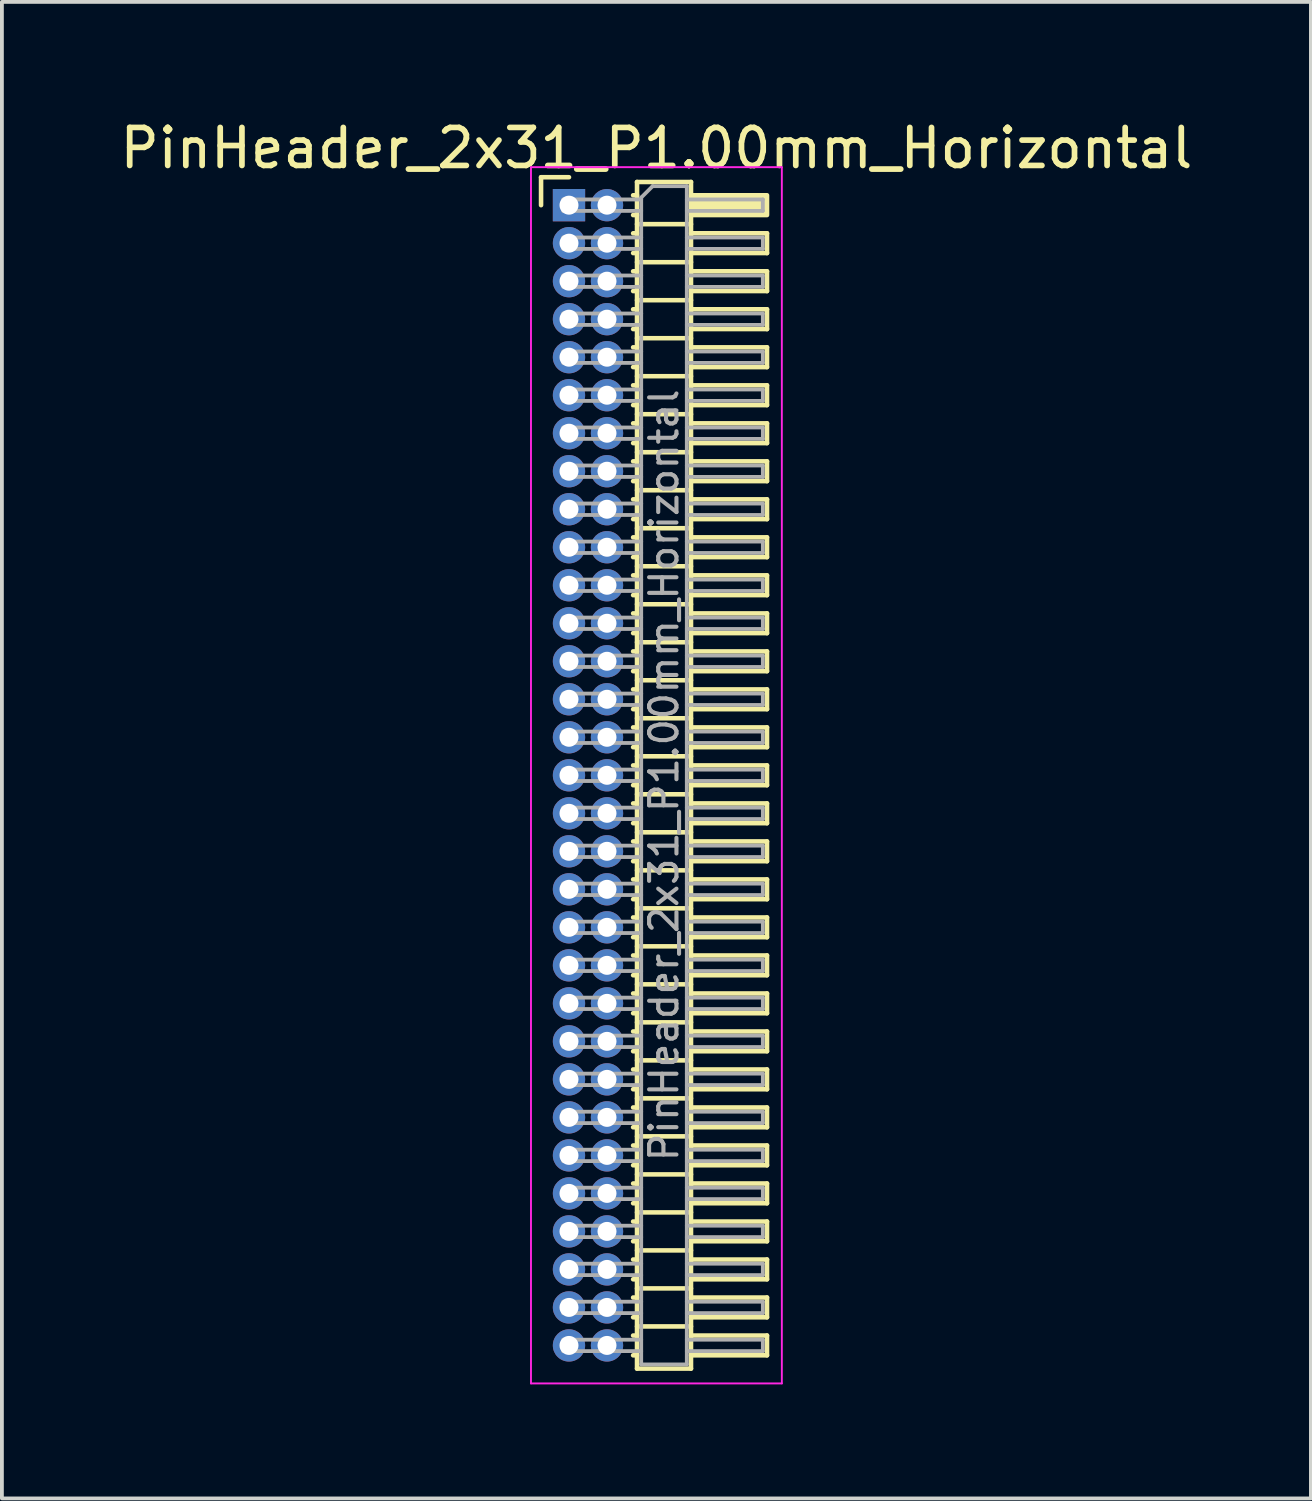
<source format=kicad_pcb>
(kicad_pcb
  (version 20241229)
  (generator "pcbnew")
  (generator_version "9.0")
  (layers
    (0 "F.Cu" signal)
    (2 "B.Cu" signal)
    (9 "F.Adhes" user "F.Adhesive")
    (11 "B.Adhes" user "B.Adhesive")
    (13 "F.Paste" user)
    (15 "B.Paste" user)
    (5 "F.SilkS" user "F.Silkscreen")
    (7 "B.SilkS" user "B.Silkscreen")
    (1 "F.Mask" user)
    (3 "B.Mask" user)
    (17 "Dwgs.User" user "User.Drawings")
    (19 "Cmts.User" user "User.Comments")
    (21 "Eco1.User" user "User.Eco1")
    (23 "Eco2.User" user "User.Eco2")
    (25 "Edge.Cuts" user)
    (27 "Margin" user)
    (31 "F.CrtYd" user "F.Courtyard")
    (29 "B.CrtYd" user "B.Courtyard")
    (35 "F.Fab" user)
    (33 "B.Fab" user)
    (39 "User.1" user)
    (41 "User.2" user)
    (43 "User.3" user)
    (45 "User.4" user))
  (footprint "PinHeader_2x31_P1.00mm_Horizontal"
    (layer "F.Cu")
    (at 11.92 2.348)
    (property "Reference" "PinHeader_2x31_P1.00mm_Horizontal" (at 2.3 -1.5 0) (layer "F.SilkS") (effects (font (size 1 1) (thickness 0.15))))
    (attr through_hole)
    (fp_line (start -0.735 -0.735) (end 0 -0.735) (stroke (width 0.12) (type solid)) (layer "F.SilkS"))
    (fp_line (start -0.735 0) (end -0.735 -0.735) (stroke (width 0.12) (type solid)) (layer "F.SilkS"))
    (fp_line (start 1.687 -0.26) (end 1.79 -0.26) (stroke (width 0.12) (type solid)) (layer "F.SilkS"))
    (fp_line (start 1.687 0.26) (end 1.79 0.26) (stroke (width 0.12) (type solid)) (layer "F.SilkS"))
    (fp_line (start 1.687 0.74) (end 1.79 0.74) (stroke (width 0.12) (type solid)) (layer "F.SilkS"))
    (fp_line (start 1.687 1.26) (end 1.79 1.26) (stroke (width 0.12) (type solid)) (layer "F.SilkS"))
    (fp_line (start 1.687 1.74) (end 1.79 1.74) (stroke (width 0.12) (type solid)) (layer "F.SilkS"))
    (fp_line (start 1.687 2.26) (end 1.79 2.26) (stroke (width 0.12) (type solid)) (layer "F.SilkS"))
    (fp_line (start 1.687 2.74) (end 1.79 2.74) (stroke (width 0.12) (type solid)) (layer "F.SilkS"))
    (fp_line (start 1.687 3.26) (end 1.79 3.26) (stroke (width 0.12) (type solid)) (layer "F.SilkS"))
    (fp_line (start 1.687 3.74) (end 1.79 3.74) (stroke (width 0.12) (type solid)) (layer "F.SilkS"))
    (fp_line (start 1.687 4.26) (end 1.79 4.26) (stroke (width 0.12) (type solid)) (layer "F.SilkS"))
    (fp_line (start 1.687 4.74) (end 1.79 4.74) (stroke (width 0.12) (type solid)) (layer "F.SilkS"))
    (fp_line (start 1.687 5.26) (end 1.79 5.26) (stroke (width 0.12) (type solid)) (layer "F.SilkS"))
    (fp_line (start 1.687 5.74) (end 1.79 5.74) (stroke (width 0.12) (type solid)) (layer "F.SilkS"))
    (fp_line (start 1.687 6.26) (end 1.79 6.26) (stroke (width 0.12) (type solid)) (layer "F.SilkS"))
    (fp_line (start 1.687 6.74) (end 1.79 6.74) (stroke (width 0.12) (type solid)) (layer "F.SilkS"))
    (fp_line (start 1.687 7.26) (end 1.79 7.26) (stroke (width 0.12) (type solid)) (layer "F.SilkS"))
    (fp_line (start 1.687 7.74) (end 1.79 7.74) (stroke (width 0.12) (type solid)) (layer "F.SilkS"))
    (fp_line (start 1.687 8.26) (end 1.79 8.26) (stroke (width 0.12) (type solid)) (layer "F.SilkS"))
    (fp_line (start 1.687 8.74) (end 1.79 8.74) (stroke (width 0.12) (type solid)) (layer "F.SilkS"))
    (fp_line (start 1.687 9.26) (end 1.79 9.26) (stroke (width 0.12) (type solid)) (layer "F.SilkS"))
    (fp_line (start 1.687 9.74) (end 1.79 9.74) (stroke (width 0.12) (type solid)) (layer "F.SilkS"))
    (fp_line (start 1.687 10.26) (end 1.79 10.26) (stroke (width 0.12) (type solid)) (layer "F.SilkS"))
    (fp_line (start 1.687 10.74) (end 1.79 10.74) (stroke (width 0.12) (type solid)) (layer "F.SilkS"))
    (fp_line (start 1.687 11.26) (end 1.79 11.26) (stroke (width 0.12) (type solid)) (layer "F.SilkS"))
    (fp_line (start 1.687 11.74) (end 1.79 11.74) (stroke (width 0.12) (type solid)) (layer "F.SilkS"))
    (fp_line (start 1.687 12.26) (end 1.79 12.26) (stroke (width 0.12) (type solid)) (layer "F.SilkS"))
    (fp_line (start 1.687 12.74) (end 1.79 12.74) (stroke (width 0.12) (type solid)) (layer "F.SilkS"))
    (fp_line (start 1.687 13.26) (end 1.79 13.26) (stroke (width 0.12) (type solid)) (layer "F.SilkS"))
    (fp_line (start 1.687 13.74) (end 1.79 13.74) (stroke (width 0.12) (type solid)) (layer "F.SilkS"))
    (fp_line (start 1.687 14.26) (end 1.79 14.26) (stroke (width 0.12) (type solid)) (layer "F.SilkS"))
    (fp_line (start 1.687 14.74) (end 1.79 14.74) (stroke (width 0.12) (type solid)) (layer "F.SilkS"))
    (fp_line (start 1.687 15.26) (end 1.79 15.26) (stroke (width 0.12) (type solid)) (layer "F.SilkS"))
    (fp_line (start 1.687 15.74) (end 1.79 15.74) (stroke (width 0.12) (type solid)) (layer "F.SilkS"))
    (fp_line (start 1.687 16.26) (end 1.79 16.26) (stroke (width 0.12) (type solid)) (layer "F.SilkS"))
    (fp_line (start 1.687 16.74) (end 1.79 16.74) (stroke (width 0.12) (type solid)) (layer "F.SilkS"))
    (fp_line (start 1.687 17.26) (end 1.79 17.26) (stroke (width 0.12) (type solid)) (layer "F.SilkS"))
    (fp_line (start 1.687 17.74) (end 1.79 17.74) (stroke (width 0.12) (type solid)) (layer "F.SilkS"))
    (fp_line (start 1.687 18.26) (end 1.79 18.26) (stroke (width 0.12) (type solid)) (layer "F.SilkS"))
    (fp_line (start 1.687 18.74) (end 1.79 18.74) (stroke (width 0.12) (type solid)) (layer "F.SilkS"))
    (fp_line (start 1.687 19.26) (end 1.79 19.26) (stroke (width 0.12) (type solid)) (layer "F.SilkS"))
    (fp_line (start 1.687 19.74) (end 1.79 19.74) (stroke (width 0.12) (type solid)) (layer "F.SilkS"))
    (fp_line (start 1.687 20.26) (end 1.79 20.26) (stroke (width 0.12) (type solid)) (layer "F.SilkS"))
    (fp_line (start 1.687 20.74) (end 1.79 20.74) (stroke (width 0.12) (type solid)) (layer "F.SilkS"))
    (fp_line (start 1.687 21.26) (end 1.79 21.26) (stroke (width 0.12) (type solid)) (layer "F.SilkS"))
    (fp_line (start 1.687 21.74) (end 1.79 21.74) (stroke (width 0.12) (type solid)) (layer "F.SilkS"))
    (fp_line (start 1.687 22.26) (end 1.79 22.26) (stroke (width 0.12) (type solid)) (layer "F.SilkS"))
    (fp_line (start 1.687 22.74) (end 1.79 22.74) (stroke (width 0.12) (type solid)) (layer "F.SilkS"))
    (fp_line (start 1.687 23.26) (end 1.79 23.26) (stroke (width 0.12) (type solid)) (layer "F.SilkS"))
    (fp_line (start 1.687 23.74) (end 1.79 23.74) (stroke (width 0.12) (type solid)) (layer "F.SilkS"))
    (fp_line (start 1.687 24.26) (end 1.79 24.26) (stroke (width 0.12) (type solid)) (layer "F.SilkS"))
    (fp_line (start 1.687 24.74) (end 1.79 24.74) (stroke (width 0.12) (type solid)) (layer "F.SilkS"))
    (fp_line (start 1.687 25.26) (end 1.79 25.26) (stroke (width 0.12) (type solid)) (layer "F.SilkS"))
    (fp_line (start 1.687 25.74) (end 1.79 25.74) (stroke (width 0.12) (type solid)) (layer "F.SilkS"))
    (fp_line (start 1.687 26.26) (end 1.79 26.26) (stroke (width 0.12) (type solid)) (layer "F.SilkS"))
    (fp_line (start 1.687 26.74) (end 1.79 26.74) (stroke (width 0.12) (type solid)) (layer "F.SilkS"))
    (fp_line (start 1.687 27.26) (end 1.79 27.26) (stroke (width 0.12) (type solid)) (layer "F.SilkS"))
    (fp_line (start 1.687 27.74) (end 1.79 27.74) (stroke (width 0.12) (type solid)) (layer "F.SilkS"))
    (fp_line (start 1.687 28.26) (end 1.79 28.26) (stroke (width 0.12) (type solid)) (layer "F.SilkS"))
    (fp_line (start 1.687 28.74) (end 1.79 28.74) (stroke (width 0.12) (type solid)) (layer "F.SilkS"))
    (fp_line (start 1.687 29.26) (end 1.79 29.26) (stroke (width 0.12) (type solid)) (layer "F.SilkS"))
    (fp_line (start 1.687 29.74) (end 1.79 29.74) (stroke (width 0.12) (type solid)) (layer "F.SilkS"))
    (fp_line (start 1.687 30.26) (end 1.79 30.26) (stroke (width 0.12) (type solid)) (layer "F.SilkS"))
    (fp_line (start 1.79 -0.61) (end 1.79 30.61) (stroke (width 0.12) (type solid)) (layer "F.SilkS"))
    (fp_line (start 1.79 0.5) (end 3.21 0.5) (stroke (width 0.12) (type solid)) (layer "F.SilkS"))
    (fp_line (start 1.79 1.5) (end 3.21 1.5) (stroke (width 0.12) (type solid)) (layer "F.SilkS"))
    (fp_line (start 1.79 2.5) (end 3.21 2.5) (stroke (width 0.12) (type solid)) (layer "F.SilkS"))
    (fp_line (start 1.79 3.5) (end 3.21 3.5) (stroke (width 0.12) (type solid)) (layer "F.SilkS"))
    (fp_line (start 1.79 4.5) (end 3.21 4.5) (stroke (width 0.12) (type solid)) (layer "F.SilkS"))
    (fp_line (start 1.79 5.5) (end 3.21 5.5) (stroke (width 0.12) (type solid)) (layer "F.SilkS"))
    (fp_line (start 1.79 6.5) (end 3.21 6.5) (stroke (width 0.12) (type solid)) (layer "F.SilkS"))
    (fp_line (start 1.79 7.5) (end 3.21 7.5) (stroke (width 0.12) (type solid)) (layer "F.SilkS"))
    (fp_line (start 1.79 8.5) (end 3.21 8.5) (stroke (width 0.12) (type solid)) (layer "F.SilkS"))
    (fp_line (start 1.79 9.5) (end 3.21 9.5) (stroke (width 0.12) (type solid)) (layer "F.SilkS"))
    (fp_line (start 1.79 10.5) (end 3.21 10.5) (stroke (width 0.12) (type solid)) (layer "F.SilkS"))
    (fp_line (start 1.79 11.5) (end 3.21 11.5) (stroke (width 0.12) (type solid)) (layer "F.SilkS"))
    (fp_line (start 1.79 12.5) (end 3.21 12.5) (stroke (width 0.12) (type solid)) (layer "F.SilkS"))
    (fp_line (start 1.79 13.5) (end 3.21 13.5) (stroke (width 0.12) (type solid)) (layer "F.SilkS"))
    (fp_line (start 1.79 14.5) (end 3.21 14.5) (stroke (width 0.12) (type solid)) (layer "F.SilkS"))
    (fp_line (start 1.79 15.5) (end 3.21 15.5) (stroke (width 0.12) (type solid)) (layer "F.SilkS"))
    (fp_line (start 1.79 16.5) (end 3.21 16.5) (stroke (width 0.12) (type solid)) (layer "F.SilkS"))
    (fp_line (start 1.79 17.5) (end 3.21 17.5) (stroke (width 0.12) (type solid)) (layer "F.SilkS"))
    (fp_line (start 1.79 18.5) (end 3.21 18.5) (stroke (width 0.12) (type solid)) (layer "F.SilkS"))
    (fp_line (start 1.79 19.5) (end 3.21 19.5) (stroke (width 0.12) (type solid)) (layer "F.SilkS"))
    (fp_line (start 1.79 20.5) (end 3.21 20.5) (stroke (width 0.12) (type solid)) (layer "F.SilkS"))
    (fp_line (start 1.79 21.5) (end 3.21 21.5) (stroke (width 0.12) (type solid)) (layer "F.SilkS"))
    (fp_line (start 1.79 22.5) (end 3.21 22.5) (stroke (width 0.12) (type solid)) (layer "F.SilkS"))
    (fp_line (start 1.79 23.5) (end 3.21 23.5) (stroke (width 0.12) (type solid)) (layer "F.SilkS"))
    (fp_line (start 1.79 24.5) (end 3.21 24.5) (stroke (width 0.12) (type solid)) (layer "F.SilkS"))
    (fp_line (start 1.79 25.5) (end 3.21 25.5) (stroke (width 0.12) (type solid)) (layer "F.SilkS"))
    (fp_line (start 1.79 26.5) (end 3.21 26.5) (stroke (width 0.12) (type solid)) (layer "F.SilkS"))
    (fp_line (start 1.79 27.5) (end 3.21 27.5) (stroke (width 0.12) (type solid)) (layer "F.SilkS"))
    (fp_line (start 1.79 28.5) (end 3.21 28.5) (stroke (width 0.12) (type solid)) (layer "F.SilkS"))
    (fp_line (start 1.79 29.5) (end 3.21 29.5) (stroke (width 0.12) (type solid)) (layer "F.SilkS"))
    (fp_line (start 1.79 30.61) (end 3.21 30.61) (stroke (width 0.12) (type solid)) (layer "F.SilkS"))
    (fp_line (start 3.21 -0.61) (end 1.79 -0.61) (stroke (width 0.12) (type solid)) (layer "F.SilkS"))
    (fp_line (start 3.21 0.74) (end 5.21 0.74) (stroke (width 0.12) (type solid)) (layer "F.SilkS"))
    (fp_line (start 3.21 1.74) (end 5.21 1.74) (stroke (width 0.12) (type solid)) (layer "F.SilkS"))
    (fp_line (start 3.21 2.74) (end 5.21 2.74) (stroke (width 0.12) (type solid)) (layer "F.SilkS"))
    (fp_line (start 3.21 3.74) (end 5.21 3.74) (stroke (width 0.12) (type solid)) (layer "F.SilkS"))
    (fp_line (start 3.21 4.74) (end 5.21 4.74) (stroke (width 0.12) (type solid)) (layer "F.SilkS"))
    (fp_line (start 3.21 5.74) (end 5.21 5.74) (stroke (width 0.12) (type solid)) (layer "F.SilkS"))
    (fp_line (start 3.21 6.74) (end 5.21 6.74) (stroke (width 0.12) (type solid)) (layer "F.SilkS"))
    (fp_line (start 3.21 7.74) (end 5.21 7.74) (stroke (width 0.12) (type solid)) (layer "F.SilkS"))
    (fp_line (start 3.21 8.74) (end 5.21 8.74) (stroke (width 0.12) (type solid)) (layer "F.SilkS"))
    (fp_line (start 3.21 9.74) (end 5.21 9.74) (stroke (width 0.12) (type solid)) (layer "F.SilkS"))
    (fp_line (start 3.21 10.74) (end 5.21 10.74) (stroke (width 0.12) (type solid)) (layer "F.SilkS"))
    (fp_line (start 3.21 11.74) (end 5.21 11.74) (stroke (width 0.12) (type solid)) (layer "F.SilkS"))
    (fp_line (start 3.21 12.74) (end 5.21 12.74) (stroke (width 0.12) (type solid)) (layer "F.SilkS"))
    (fp_line (start 3.21 13.74) (end 5.21 13.74) (stroke (width 0.12) (type solid)) (layer "F.SilkS"))
    (fp_line (start 3.21 14.74) (end 5.21 14.74) (stroke (width 0.12) (type solid)) (layer "F.SilkS"))
    (fp_line (start 3.21 15.74) (end 5.21 15.74) (stroke (width 0.12) (type solid)) (layer "F.SilkS"))
    (fp_line (start 3.21 16.74) (end 5.21 16.74) (stroke (width 0.12) (type solid)) (layer "F.SilkS"))
    (fp_line (start 3.21 17.74) (end 5.21 17.74) (stroke (width 0.12) (type solid)) (layer "F.SilkS"))
    (fp_line (start 3.21 18.74) (end 5.21 18.74) (stroke (width 0.12) (type solid)) (layer "F.SilkS"))
    (fp_line (start 3.21 19.74) (end 5.21 19.74) (stroke (width 0.12) (type solid)) (layer "F.SilkS"))
    (fp_line (start 3.21 20.74) (end 5.21 20.74) (stroke (width 0.12) (type solid)) (layer "F.SilkS"))
    (fp_line (start 3.21 21.74) (end 5.21 21.74) (stroke (width 0.12) (type solid)) (layer "F.SilkS"))
    (fp_line (start 3.21 22.74) (end 5.21 22.74) (stroke (width 0.12) (type solid)) (layer "F.SilkS"))
    (fp_line (start 3.21 23.74) (end 5.21 23.74) (stroke (width 0.12) (type solid)) (layer "F.SilkS"))
    (fp_line (start 3.21 24.74) (end 5.21 24.74) (stroke (width 0.12) (type solid)) (layer "F.SilkS"))
    (fp_line (start 3.21 25.74) (end 5.21 25.74) (stroke (width 0.12) (type solid)) (layer "F.SilkS"))
    (fp_line (start 3.21 26.74) (end 5.21 26.74) (stroke (width 0.12) (type solid)) (layer "F.SilkS"))
    (fp_line (start 3.21 27.74) (end 5.21 27.74) (stroke (width 0.12) (type solid)) (layer "F.SilkS"))
    (fp_line (start 3.21 28.74) (end 5.21 28.74) (stroke (width 0.12) (type solid)) (layer "F.SilkS"))
    (fp_line (start 3.21 29.74) (end 5.21 29.74) (stroke (width 0.12) (type solid)) (layer "F.SilkS"))
    (fp_line (start 3.21 30.61) (end 3.21 -0.61) (stroke (width 0.12) (type solid)) (layer "F.SilkS"))
    (fp_line (start 5.21 0.74) (end 5.21 1.26) (stroke (width 0.12) (type solid)) (layer "F.SilkS"))
    (fp_line (start 5.21 1.26) (end 3.21 1.26) (stroke (width 0.12) (type solid)) (layer "F.SilkS"))
    (fp_line (start 5.21 1.74) (end 5.21 2.26) (stroke (width 0.12) (type solid)) (layer "F.SilkS"))
    (fp_line (start 5.21 2.26) (end 3.21 2.26) (stroke (width 0.12) (type solid)) (layer "F.SilkS"))
    (fp_line (start 5.21 2.74) (end 5.21 3.26) (stroke (width 0.12) (type solid)) (layer "F.SilkS"))
    (fp_line (start 5.21 3.26) (end 3.21 3.26) (stroke (width 0.12) (type solid)) (layer "F.SilkS"))
    (fp_line (start 5.21 3.74) (end 5.21 4.26) (stroke (width 0.12) (type solid)) (layer "F.SilkS"))
    (fp_line (start 5.21 4.26) (end 3.21 4.26) (stroke (width 0.12) (type solid)) (layer "F.SilkS"))
    (fp_line (start 5.21 4.74) (end 5.21 5.26) (stroke (width 0.12) (type solid)) (layer "F.SilkS"))
    (fp_line (start 5.21 5.26) (end 3.21 5.26) (stroke (width 0.12) (type solid)) (layer "F.SilkS"))
    (fp_line (start 5.21 5.74) (end 5.21 6.26) (stroke (width 0.12) (type solid)) (layer "F.SilkS"))
    (fp_line (start 5.21 6.26) (end 3.21 6.26) (stroke (width 0.12) (type solid)) (layer "F.SilkS"))
    (fp_line (start 5.21 6.74) (end 5.21 7.26) (stroke (width 0.12) (type solid)) (layer "F.SilkS"))
    (fp_line (start 5.21 7.26) (end 3.21 7.26) (stroke (width 0.12) (type solid)) (layer "F.SilkS"))
    (fp_line (start 5.21 7.74) (end 5.21 8.26) (stroke (width 0.12) (type solid)) (layer "F.SilkS"))
    (fp_line (start 5.21 8.26) (end 3.21 8.26) (stroke (width 0.12) (type solid)) (layer "F.SilkS"))
    (fp_line (start 5.21 8.74) (end 5.21 9.26) (stroke (width 0.12) (type solid)) (layer "F.SilkS"))
    (fp_line (start 5.21 9.26) (end 3.21 9.26) (stroke (width 0.12) (type solid)) (layer "F.SilkS"))
    (fp_line (start 5.21 9.74) (end 5.21 10.26) (stroke (width 0.12) (type solid)) (layer "F.SilkS"))
    (fp_line (start 5.21 10.26) (end 3.21 10.26) (stroke (width 0.12) (type solid)) (layer "F.SilkS"))
    (fp_line (start 5.21 10.74) (end 5.21 11.26) (stroke (width 0.12) (type solid)) (layer "F.SilkS"))
    (fp_line (start 5.21 11.26) (end 3.21 11.26) (stroke (width 0.12) (type solid)) (layer "F.SilkS"))
    (fp_line (start 5.21 11.74) (end 5.21 12.26) (stroke (width 0.12) (type solid)) (layer "F.SilkS"))
    (fp_line (start 5.21 12.26) (end 3.21 12.26) (stroke (width 0.12) (type solid)) (layer "F.SilkS"))
    (fp_line (start 5.21 12.74) (end 5.21 13.26) (stroke (width 0.12) (type solid)) (layer "F.SilkS"))
    (fp_line (start 5.21 13.26) (end 3.21 13.26) (stroke (width 0.12) (type solid)) (layer "F.SilkS"))
    (fp_line (start 5.21 13.74) (end 5.21 14.26) (stroke (width 0.12) (type solid)) (layer "F.SilkS"))
    (fp_line (start 5.21 14.26) (end 3.21 14.26) (stroke (width 0.12) (type solid)) (layer "F.SilkS"))
    (fp_line (start 5.21 14.74) (end 5.21 15.26) (stroke (width 0.12) (type solid)) (layer "F.SilkS"))
    (fp_line (start 5.21 15.26) (end 3.21 15.26) (stroke (width 0.12) (type solid)) (layer "F.SilkS"))
    (fp_line (start 5.21 15.74) (end 5.21 16.26) (stroke (width 0.12) (type solid)) (layer "F.SilkS"))
    (fp_line (start 5.21 16.26) (end 3.21 16.26) (stroke (width 0.12) (type solid)) (layer "F.SilkS"))
    (fp_line (start 5.21 16.74) (end 5.21 17.26) (stroke (width 0.12) (type solid)) (layer "F.SilkS"))
    (fp_line (start 5.21 17.26) (end 3.21 17.26) (stroke (width 0.12) (type solid)) (layer "F.SilkS"))
    (fp_line (start 5.21 17.74) (end 5.21 18.26) (stroke (width 0.12) (type solid)) (layer "F.SilkS"))
    (fp_line (start 5.21 18.26) (end 3.21 18.26) (stroke (width 0.12) (type solid)) (layer "F.SilkS"))
    (fp_line (start 5.21 18.74) (end 5.21 19.26) (stroke (width 0.12) (type solid)) (layer "F.SilkS"))
    (fp_line (start 5.21 19.26) (end 3.21 19.26) (stroke (width 0.12) (type solid)) (layer "F.SilkS"))
    (fp_line (start 5.21 19.74) (end 5.21 20.26) (stroke (width 0.12) (type solid)) (layer "F.SilkS"))
    (fp_line (start 5.21 20.26) (end 3.21 20.26) (stroke (width 0.12) (type solid)) (layer "F.SilkS"))
    (fp_line (start 5.21 20.74) (end 5.21 21.26) (stroke (width 0.12) (type solid)) (layer "F.SilkS"))
    (fp_line (start 5.21 21.26) (end 3.21 21.26) (stroke (width 0.12) (type solid)) (layer "F.SilkS"))
    (fp_line (start 5.21 21.74) (end 5.21 22.26) (stroke (width 0.12) (type solid)) (layer "F.SilkS"))
    (fp_line (start 5.21 22.26) (end 3.21 22.26) (stroke (width 0.12) (type solid)) (layer "F.SilkS"))
    (fp_line (start 5.21 22.74) (end 5.21 23.26) (stroke (width 0.12) (type solid)) (layer "F.SilkS"))
    (fp_line (start 5.21 23.26) (end 3.21 23.26) (stroke (width 0.12) (type solid)) (layer "F.SilkS"))
    (fp_line (start 5.21 23.74) (end 5.21 24.26) (stroke (width 0.12) (type solid)) (layer "F.SilkS"))
    (fp_line (start 5.21 24.26) (end 3.21 24.26) (stroke (width 0.12) (type solid)) (layer "F.SilkS"))
    (fp_line (start 5.21 24.74) (end 5.21 25.26) (stroke (width 0.12) (type solid)) (layer "F.SilkS"))
    (fp_line (start 5.21 25.26) (end 3.21 25.26) (stroke (width 0.12) (type solid)) (layer "F.SilkS"))
    (fp_line (start 5.21 25.74) (end 5.21 26.26) (stroke (width 0.12) (type solid)) (layer "F.SilkS"))
    (fp_line (start 5.21 26.26) (end 3.21 26.26) (stroke (width 0.12) (type solid)) (layer "F.SilkS"))
    (fp_line (start 5.21 26.74) (end 5.21 27.26) (stroke (width 0.12) (type solid)) (layer "F.SilkS"))
    (fp_line (start 5.21 27.26) (end 3.21 27.26) (stroke (width 0.12) (type solid)) (layer "F.SilkS"))
    (fp_line (start 5.21 27.74) (end 5.21 28.26) (stroke (width 0.12) (type solid)) (layer "F.SilkS"))
    (fp_line (start 5.21 28.26) (end 3.21 28.26) (stroke (width 0.12) (type solid)) (layer "F.SilkS"))
    (fp_line (start 5.21 28.74) (end 5.21 29.26) (stroke (width 0.12) (type solid)) (layer "F.SilkS"))
    (fp_line (start 5.21 29.26) (end 3.21 29.26) (stroke (width 0.12) (type solid)) (layer "F.SilkS"))
    (fp_line (start 5.21 29.74) (end 5.21 30.26) (stroke (width 0.12) (type solid)) (layer "F.SilkS"))
    (fp_line (start 5.21 30.26) (end 3.21 30.26) (stroke (width 0.12) (type solid)) (layer "F.SilkS"))
    (fp_rect (start 3.21 -0.26) (end 5.21 0.26) (stroke (width 0.12) (type solid)) (fill yes) (layer "F.SilkS"))
    (fp_line (start -1 -1) (end -1 31) (stroke (width 0.05) (type solid)) (layer "F.CrtYd"))
    (fp_line (start -1 31) (end 5.6 31) (stroke (width 0.05) (type solid)) (layer "F.CrtYd"))
    (fp_line (start 5.6 -1) (end -1 -1) (stroke (width 0.05) (type solid)) (layer "F.CrtYd"))
    (fp_line (start 5.6 31) (end 5.6 -1) (stroke (width 0.05) (type solid)) (layer "F.CrtYd"))
    (fp_line (start -0.15 -0.15) (end -0.15 0.15) (stroke (width 0.1) (type solid)) (layer "F.Fab"))
    (fp_line (start -0.15 -0.15) (end 1.9 -0.15) (stroke (width 0.1) (type solid)) (layer "F.Fab"))
    (fp_line (start -0.15 0.15) (end 1.9 0.15) (stroke (width 0.1) (type solid)) (layer "F.Fab"))
    (fp_line (start -0.15 0.85) (end -0.15 1.15) (stroke (width 0.1) (type solid)) (layer "F.Fab"))
    (fp_line (start -0.15 0.85) (end 1.9 0.85) (stroke (width 0.1) (type solid)) (layer "F.Fab"))
    (fp_line (start -0.15 1.15) (end 1.9 1.15) (stroke (width 0.1) (type solid)) (layer "F.Fab"))
    (fp_line (start -0.15 1.85) (end -0.15 2.15) (stroke (width 0.1) (type solid)) (layer "F.Fab"))
    (fp_line (start -0.15 1.85) (end 1.9 1.85) (stroke (width 0.1) (type solid)) (layer "F.Fab"))
    (fp_line (start -0.15 2.15) (end 1.9 2.15) (stroke (width 0.1) (type solid)) (layer "F.Fab"))
    (fp_line (start -0.15 2.85) (end -0.15 3.15) (stroke (width 0.1) (type solid)) (layer "F.Fab"))
    (fp_line (start -0.15 2.85) (end 1.9 2.85) (stroke (width 0.1) (type solid)) (layer "F.Fab"))
    (fp_line (start -0.15 3.15) (end 1.9 3.15) (stroke (width 0.1) (type solid)) (layer "F.Fab"))
    (fp_line (start -0.15 3.85) (end -0.15 4.15) (stroke (width 0.1) (type solid)) (layer "F.Fab"))
    (fp_line (start -0.15 3.85) (end 1.9 3.85) (stroke (width 0.1) (type solid)) (layer "F.Fab"))
    (fp_line (start -0.15 4.15) (end 1.9 4.15) (stroke (width 0.1) (type solid)) (layer "F.Fab"))
    (fp_line (start -0.15 4.85) (end -0.15 5.15) (stroke (width 0.1) (type solid)) (layer "F.Fab"))
    (fp_line (start -0.15 4.85) (end 1.9 4.85) (stroke (width 0.1) (type solid)) (layer "F.Fab"))
    (fp_line (start -0.15 5.15) (end 1.9 5.15) (stroke (width 0.1) (type solid)) (layer "F.Fab"))
    (fp_line (start -0.15 5.85) (end -0.15 6.15) (stroke (width 0.1) (type solid)) (layer "F.Fab"))
    (fp_line (start -0.15 5.85) (end 1.9 5.85) (stroke (width 0.1) (type solid)) (layer "F.Fab"))
    (fp_line (start -0.15 6.15) (end 1.9 6.15) (stroke (width 0.1) (type solid)) (layer "F.Fab"))
    (fp_line (start -0.15 6.85) (end -0.15 7.15) (stroke (width 0.1) (type solid)) (layer "F.Fab"))
    (fp_line (start -0.15 6.85) (end 1.9 6.85) (stroke (width 0.1) (type solid)) (layer "F.Fab"))
    (fp_line (start -0.15 7.15) (end 1.9 7.15) (stroke (width 0.1) (type solid)) (layer "F.Fab"))
    (fp_line (start -0.15 7.85) (end -0.15 8.15) (stroke (width 0.1) (type solid)) (layer "F.Fab"))
    (fp_line (start -0.15 7.85) (end 1.9 7.85) (stroke (width 0.1) (type solid)) (layer "F.Fab"))
    (fp_line (start -0.15 8.15) (end 1.9 8.15) (stroke (width 0.1) (type solid)) (layer "F.Fab"))
    (fp_line (start -0.15 8.85) (end -0.15 9.15) (stroke (width 0.1) (type solid)) (layer "F.Fab"))
    (fp_line (start -0.15 8.85) (end 1.9 8.85) (stroke (width 0.1) (type solid)) (layer "F.Fab"))
    (fp_line (start -0.15 9.15) (end 1.9 9.15) (stroke (width 0.1) (type solid)) (layer "F.Fab"))
    (fp_line (start -0.15 9.85) (end -0.15 10.15) (stroke (width 0.1) (type solid)) (layer "F.Fab"))
    (fp_line (start -0.15 9.85) (end 1.9 9.85) (stroke (width 0.1) (type solid)) (layer "F.Fab"))
    (fp_line (start -0.15 10.15) (end 1.9 10.15) (stroke (width 0.1) (type solid)) (layer "F.Fab"))
    (fp_line (start -0.15 10.85) (end -0.15 11.15) (stroke (width 0.1) (type solid)) (layer "F.Fab"))
    (fp_line (start -0.15 10.85) (end 1.9 10.85) (stroke (width 0.1) (type solid)) (layer "F.Fab"))
    (fp_line (start -0.15 11.15) (end 1.9 11.15) (stroke (width 0.1) (type solid)) (layer "F.Fab"))
    (fp_line (start -0.15 11.85) (end -0.15 12.15) (stroke (width 0.1) (type solid)) (layer "F.Fab"))
    (fp_line (start -0.15 11.85) (end 1.9 11.85) (stroke (width 0.1) (type solid)) (layer "F.Fab"))
    (fp_line (start -0.15 12.15) (end 1.9 12.15) (stroke (width 0.1) (type solid)) (layer "F.Fab"))
    (fp_line (start -0.15 12.85) (end -0.15 13.15) (stroke (width 0.1) (type solid)) (layer "F.Fab"))
    (fp_line (start -0.15 12.85) (end 1.9 12.85) (stroke (width 0.1) (type solid)) (layer "F.Fab"))
    (fp_line (start -0.15 13.15) (end 1.9 13.15) (stroke (width 0.1) (type solid)) (layer "F.Fab"))
    (fp_line (start -0.15 13.85) (end -0.15 14.15) (stroke (width 0.1) (type solid)) (layer "F.Fab"))
    (fp_line (start -0.15 13.85) (end 1.9 13.85) (stroke (width 0.1) (type solid)) (layer "F.Fab"))
    (fp_line (start -0.15 14.15) (end 1.9 14.15) (stroke (width 0.1) (type solid)) (layer "F.Fab"))
    (fp_line (start -0.15 14.85) (end -0.15 15.15) (stroke (width 0.1) (type solid)) (layer "F.Fab"))
    (fp_line (start -0.15 14.85) (end 1.9 14.85) (stroke (width 0.1) (type solid)) (layer "F.Fab"))
    (fp_line (start -0.15 15.15) (end 1.9 15.15) (stroke (width 0.1) (type solid)) (layer "F.Fab"))
    (fp_line (start -0.15 15.85) (end -0.15 16.15) (stroke (width 0.1) (type solid)) (layer "F.Fab"))
    (fp_line (start -0.15 15.85) (end 1.9 15.85) (stroke (width 0.1) (type solid)) (layer "F.Fab"))
    (fp_line (start -0.15 16.15) (end 1.9 16.15) (stroke (width 0.1) (type solid)) (layer "F.Fab"))
    (fp_line (start -0.15 16.85) (end -0.15 17.15) (stroke (width 0.1) (type solid)) (layer "F.Fab"))
    (fp_line (start -0.15 16.85) (end 1.9 16.85) (stroke (width 0.1) (type solid)) (layer "F.Fab"))
    (fp_line (start -0.15 17.15) (end 1.9 17.15) (stroke (width 0.1) (type solid)) (layer "F.Fab"))
    (fp_line (start -0.15 17.85) (end -0.15 18.15) (stroke (width 0.1) (type solid)) (layer "F.Fab"))
    (fp_line (start -0.15 17.85) (end 1.9 17.85) (stroke (width 0.1) (type solid)) (layer "F.Fab"))
    (fp_line (start -0.15 18.15) (end 1.9 18.15) (stroke (width 0.1) (type solid)) (layer "F.Fab"))
    (fp_line (start -0.15 18.85) (end -0.15 19.15) (stroke (width 0.1) (type solid)) (layer "F.Fab"))
    (fp_line (start -0.15 18.85) (end 1.9 18.85) (stroke (width 0.1) (type solid)) (layer "F.Fab"))
    (fp_line (start -0.15 19.15) (end 1.9 19.15) (stroke (width 0.1) (type solid)) (layer "F.Fab"))
    (fp_line (start -0.15 19.85) (end -0.15 20.15) (stroke (width 0.1) (type solid)) (layer "F.Fab"))
    (fp_line (start -0.15 19.85) (end 1.9 19.85) (stroke (width 0.1) (type solid)) (layer "F.Fab"))
    (fp_line (start -0.15 20.15) (end 1.9 20.15) (stroke (width 0.1) (type solid)) (layer "F.Fab"))
    (fp_line (start -0.15 20.85) (end -0.15 21.15) (stroke (width 0.1) (type solid)) (layer "F.Fab"))
    (fp_line (start -0.15 20.85) (end 1.9 20.85) (stroke (width 0.1) (type solid)) (layer "F.Fab"))
    (fp_line (start -0.15 21.15) (end 1.9 21.15) (stroke (width 0.1) (type solid)) (layer "F.Fab"))
    (fp_line (start -0.15 21.85) (end -0.15 22.15) (stroke (width 0.1) (type solid)) (layer "F.Fab"))
    (fp_line (start -0.15 21.85) (end 1.9 21.85) (stroke (width 0.1) (type solid)) (layer "F.Fab"))
    (fp_line (start -0.15 22.15) (end 1.9 22.15) (stroke (width 0.1) (type solid)) (layer "F.Fab"))
    (fp_line (start -0.15 22.85) (end -0.15 23.15) (stroke (width 0.1) (type solid)) (layer "F.Fab"))
    (fp_line (start -0.15 22.85) (end 1.9 22.85) (stroke (width 0.1) (type solid)) (layer "F.Fab"))
    (fp_line (start -0.15 23.15) (end 1.9 23.15) (stroke (width 0.1) (type solid)) (layer "F.Fab"))
    (fp_line (start -0.15 23.85) (end -0.15 24.15) (stroke (width 0.1) (type solid)) (layer "F.Fab"))
    (fp_line (start -0.15 23.85) (end 1.9 23.85) (stroke (width 0.1) (type solid)) (layer "F.Fab"))
    (fp_line (start -0.15 24.15) (end 1.9 24.15) (stroke (width 0.1) (type solid)) (layer "F.Fab"))
    (fp_line (start -0.15 24.85) (end -0.15 25.15) (stroke (width 0.1) (type solid)) (layer "F.Fab"))
    (fp_line (start -0.15 24.85) (end 1.9 24.85) (stroke (width 0.1) (type solid)) (layer "F.Fab"))
    (fp_line (start -0.15 25.15) (end 1.9 25.15) (stroke (width 0.1) (type solid)) (layer "F.Fab"))
    (fp_line (start -0.15 25.85) (end -0.15 26.15) (stroke (width 0.1) (type solid)) (layer "F.Fab"))
    (fp_line (start -0.15 25.85) (end 1.9 25.85) (stroke (width 0.1) (type solid)) (layer "F.Fab"))
    (fp_line (start -0.15 26.15) (end 1.9 26.15) (stroke (width 0.1) (type solid)) (layer "F.Fab"))
    (fp_line (start -0.15 26.85) (end -0.15 27.15) (stroke (width 0.1) (type solid)) (layer "F.Fab"))
    (fp_line (start -0.15 26.85) (end 1.9 26.85) (stroke (width 0.1) (type solid)) (layer "F.Fab"))
    (fp_line (start -0.15 27.15) (end 1.9 27.15) (stroke (width 0.1) (type solid)) (layer "F.Fab"))
    (fp_line (start -0.15 27.85) (end -0.15 28.15) (stroke (width 0.1) (type solid)) (layer "F.Fab"))
    (fp_line (start -0.15 27.85) (end 1.9 27.85) (stroke (width 0.1) (type solid)) (layer "F.Fab"))
    (fp_line (start -0.15 28.15) (end 1.9 28.15) (stroke (width 0.1) (type solid)) (layer "F.Fab"))
    (fp_line (start -0.15 28.85) (end -0.15 29.15) (stroke (width 0.1) (type solid)) (layer "F.Fab"))
    (fp_line (start -0.15 28.85) (end 1.9 28.85) (stroke (width 0.1) (type solid)) (layer "F.Fab"))
    (fp_line (start -0.15 29.15) (end 1.9 29.15) (stroke (width 0.1) (type solid)) (layer "F.Fab"))
    (fp_line (start -0.15 29.85) (end -0.15 30.15) (stroke (width 0.1) (type solid)) (layer "F.Fab"))
    (fp_line (start -0.15 29.85) (end 1.9 29.85) (stroke (width 0.1) (type solid)) (layer "F.Fab"))
    (fp_line (start -0.15 30.15) (end 1.9 30.15) (stroke (width 0.1) (type solid)) (layer "F.Fab"))
    (fp_line (start 1.9 -0.2) (end 2.2 -0.5) (stroke (width 0.1) (type solid)) (layer "F.Fab"))
    (fp_line (start 1.9 30.5) (end 1.9 -0.2) (stroke (width 0.1) (type solid)) (layer "F.Fab"))
    (fp_line (start 2.2 -0.5) (end 3.1 -0.5) (stroke (width 0.1) (type solid)) (layer "F.Fab"))
    (fp_line (start 3.1 -0.5) (end 3.1 30.5) (stroke (width 0.1) (type solid)) (layer "F.Fab"))
    (fp_line (start 3.1 -0.15) (end 5.1 -0.15) (stroke (width 0.1) (type solid)) (layer "F.Fab"))
    (fp_line (start 3.1 0.15) (end 5.1 0.15) (stroke (width 0.1) (type solid)) (layer "F.Fab"))
    (fp_line (start 3.1 0.85) (end 5.1 0.85) (stroke (width 0.1) (type solid)) (layer "F.Fab"))
    (fp_line (start 3.1 1.15) (end 5.1 1.15) (stroke (width 0.1) (type solid)) (layer "F.Fab"))
    (fp_line (start 3.1 1.85) (end 5.1 1.85) (stroke (width 0.1) (type solid)) (layer "F.Fab"))
    (fp_line (start 3.1 2.15) (end 5.1 2.15) (stroke (width 0.1) (type solid)) (layer "F.Fab"))
    (fp_line (start 3.1 2.85) (end 5.1 2.85) (stroke (width 0.1) (type solid)) (layer "F.Fab"))
    (fp_line (start 3.1 3.15) (end 5.1 3.15) (stroke (width 0.1) (type solid)) (layer "F.Fab"))
    (fp_line (start 3.1 3.85) (end 5.1 3.85) (stroke (width 0.1) (type solid)) (layer "F.Fab"))
    (fp_line (start 3.1 4.15) (end 5.1 4.15) (stroke (width 0.1) (type solid)) (layer "F.Fab"))
    (fp_line (start 3.1 4.85) (end 5.1 4.85) (stroke (width 0.1) (type solid)) (layer "F.Fab"))
    (fp_line (start 3.1 5.15) (end 5.1 5.15) (stroke (width 0.1) (type solid)) (layer "F.Fab"))
    (fp_line (start 3.1 5.85) (end 5.1 5.85) (stroke (width 0.1) (type solid)) (layer "F.Fab"))
    (fp_line (start 3.1 6.15) (end 5.1 6.15) (stroke (width 0.1) (type solid)) (layer "F.Fab"))
    (fp_line (start 3.1 6.85) (end 5.1 6.85) (stroke (width 0.1) (type solid)) (layer "F.Fab"))
    (fp_line (start 3.1 7.15) (end 5.1 7.15) (stroke (width 0.1) (type solid)) (layer "F.Fab"))
    (fp_line (start 3.1 7.85) (end 5.1 7.85) (stroke (width 0.1) (type solid)) (layer "F.Fab"))
    (fp_line (start 3.1 8.15) (end 5.1 8.15) (stroke (width 0.1) (type solid)) (layer "F.Fab"))
    (fp_line (start 3.1 8.85) (end 5.1 8.85) (stroke (width 0.1) (type solid)) (layer "F.Fab"))
    (fp_line (start 3.1 9.15) (end 5.1 9.15) (stroke (width 0.1) (type solid)) (layer "F.Fab"))
    (fp_line (start 3.1 9.85) (end 5.1 9.85) (stroke (width 0.1) (type solid)) (layer "F.Fab"))
    (fp_line (start 3.1 10.15) (end 5.1 10.15) (stroke (width 0.1) (type solid)) (layer "F.Fab"))
    (fp_line (start 3.1 10.85) (end 5.1 10.85) (stroke (width 0.1) (type solid)) (layer "F.Fab"))
    (fp_line (start 3.1 11.15) (end 5.1 11.15) (stroke (width 0.1) (type solid)) (layer "F.Fab"))
    (fp_line (start 3.1 11.85) (end 5.1 11.85) (stroke (width 0.1) (type solid)) (layer "F.Fab"))
    (fp_line (start 3.1 12.15) (end 5.1 12.15) (stroke (width 0.1) (type solid)) (layer "F.Fab"))
    (fp_line (start 3.1 12.85) (end 5.1 12.85) (stroke (width 0.1) (type solid)) (layer "F.Fab"))
    (fp_line (start 3.1 13.15) (end 5.1 13.15) (stroke (width 0.1) (type solid)) (layer "F.Fab"))
    (fp_line (start 3.1 13.85) (end 5.1 13.85) (stroke (width 0.1) (type solid)) (layer "F.Fab"))
    (fp_line (start 3.1 14.15) (end 5.1 14.15) (stroke (width 0.1) (type solid)) (layer "F.Fab"))
    (fp_line (start 3.1 14.85) (end 5.1 14.85) (stroke (width 0.1) (type solid)) (layer "F.Fab"))
    (fp_line (start 3.1 15.15) (end 5.1 15.15) (stroke (width 0.1) (type solid)) (layer "F.Fab"))
    (fp_line (start 3.1 15.85) (end 5.1 15.85) (stroke (width 0.1) (type solid)) (layer "F.Fab"))
    (fp_line (start 3.1 16.15) (end 5.1 16.15) (stroke (width 0.1) (type solid)) (layer "F.Fab"))
    (fp_line (start 3.1 16.85) (end 5.1 16.85) (stroke (width 0.1) (type solid)) (layer "F.Fab"))
    (fp_line (start 3.1 17.15) (end 5.1 17.15) (stroke (width 0.1) (type solid)) (layer "F.Fab"))
    (fp_line (start 3.1 17.85) (end 5.1 17.85) (stroke (width 0.1) (type solid)) (layer "F.Fab"))
    (fp_line (start 3.1 18.15) (end 5.1 18.15) (stroke (width 0.1) (type solid)) (layer "F.Fab"))
    (fp_line (start 3.1 18.85) (end 5.1 18.85) (stroke (width 0.1) (type solid)) (layer "F.Fab"))
    (fp_line (start 3.1 19.15) (end 5.1 19.15) (stroke (width 0.1) (type solid)) (layer "F.Fab"))
    (fp_line (start 3.1 19.85) (end 5.1 19.85) (stroke (width 0.1) (type solid)) (layer "F.Fab"))
    (fp_line (start 3.1 20.15) (end 5.1 20.15) (stroke (width 0.1) (type solid)) (layer "F.Fab"))
    (fp_line (start 3.1 20.85) (end 5.1 20.85) (stroke (width 0.1) (type solid)) (layer "F.Fab"))
    (fp_line (start 3.1 21.15) (end 5.1 21.15) (stroke (width 0.1) (type solid)) (layer "F.Fab"))
    (fp_line (start 3.1 21.85) (end 5.1 21.85) (stroke (width 0.1) (type solid)) (layer "F.Fab"))
    (fp_line (start 3.1 22.15) (end 5.1 22.15) (stroke (width 0.1) (type solid)) (layer "F.Fab"))
    (fp_line (start 3.1 22.85) (end 5.1 22.85) (stroke (width 0.1) (type solid)) (layer "F.Fab"))
    (fp_line (start 3.1 23.15) (end 5.1 23.15) (stroke (width 0.1) (type solid)) (layer "F.Fab"))
    (fp_line (start 3.1 23.85) (end 5.1 23.85) (stroke (width 0.1) (type solid)) (layer "F.Fab"))
    (fp_line (start 3.1 24.15) (end 5.1 24.15) (stroke (width 0.1) (type solid)) (layer "F.Fab"))
    (fp_line (start 3.1 24.85) (end 5.1 24.85) (stroke (width 0.1) (type solid)) (layer "F.Fab"))
    (fp_line (start 3.1 25.15) (end 5.1 25.15) (stroke (width 0.1) (type solid)) (layer "F.Fab"))
    (fp_line (start 3.1 25.85) (end 5.1 25.85) (stroke (width 0.1) (type solid)) (layer "F.Fab"))
    (fp_line (start 3.1 26.15) (end 5.1 26.15) (stroke (width 0.1) (type solid)) (layer "F.Fab"))
    (fp_line (start 3.1 26.85) (end 5.1 26.85) (stroke (width 0.1) (type solid)) (layer "F.Fab"))
    (fp_line (start 3.1 27.15) (end 5.1 27.15) (stroke (width 0.1) (type solid)) (layer "F.Fab"))
    (fp_line (start 3.1 27.85) (end 5.1 27.85) (stroke (width 0.1) (type solid)) (layer "F.Fab"))
    (fp_line (start 3.1 28.15) (end 5.1 28.15) (stroke (width 0.1) (type solid)) (layer "F.Fab"))
    (fp_line (start 3.1 28.85) (end 5.1 28.85) (stroke (width 0.1) (type solid)) (layer "F.Fab"))
    (fp_line (start 3.1 29.15) (end 5.1 29.15) (stroke (width 0.1) (type solid)) (layer "F.Fab"))
    (fp_line (start 3.1 29.85) (end 5.1 29.85) (stroke (width 0.1) (type solid)) (layer "F.Fab"))
    (fp_line (start 3.1 30.15) (end 5.1 30.15) (stroke (width 0.1) (type solid)) (layer "F.Fab"))
    (fp_line (start 3.1 30.5) (end 1.9 30.5) (stroke (width 0.1) (type solid)) (layer "F.Fab"))
    (fp_line (start 5.1 -0.15) (end 5.1 0.15) (stroke (width 0.1) (type solid)) (layer "F.Fab"))
    (fp_line (start 5.1 0.85) (end 5.1 1.15) (stroke (width 0.1) (type solid)) (layer "F.Fab"))
    (fp_line (start 5.1 1.85) (end 5.1 2.15) (stroke (width 0.1) (type solid)) (layer "F.Fab"))
    (fp_line (start 5.1 2.85) (end 5.1 3.15) (stroke (width 0.1) (type solid)) (layer "F.Fab"))
    (fp_line (start 5.1 3.85) (end 5.1 4.15) (stroke (width 0.1) (type solid)) (layer "F.Fab"))
    (fp_line (start 5.1 4.85) (end 5.1 5.15) (stroke (width 0.1) (type solid)) (layer "F.Fab"))
    (fp_line (start 5.1 5.85) (end 5.1 6.15) (stroke (width 0.1) (type solid)) (layer "F.Fab"))
    (fp_line (start 5.1 6.85) (end 5.1 7.15) (stroke (width 0.1) (type solid)) (layer "F.Fab"))
    (fp_line (start 5.1 7.85) (end 5.1 8.15) (stroke (width 0.1) (type solid)) (layer "F.Fab"))
    (fp_line (start 5.1 8.85) (end 5.1 9.15) (stroke (width 0.1) (type solid)) (layer "F.Fab"))
    (fp_line (start 5.1 9.85) (end 5.1 10.15) (stroke (width 0.1) (type solid)) (layer "F.Fab"))
    (fp_line (start 5.1 10.85) (end 5.1 11.15) (stroke (width 0.1) (type solid)) (layer "F.Fab"))
    (fp_line (start 5.1 11.85) (end 5.1 12.15) (stroke (width 0.1) (type solid)) (layer "F.Fab"))
    (fp_line (start 5.1 12.85) (end 5.1 13.15) (stroke (width 0.1) (type solid)) (layer "F.Fab"))
    (fp_line (start 5.1 13.85) (end 5.1 14.15) (stroke (width 0.1) (type solid)) (layer "F.Fab"))
    (fp_line (start 5.1 14.85) (end 5.1 15.15) (stroke (width 0.1) (type solid)) (layer "F.Fab"))
    (fp_line (start 5.1 15.85) (end 5.1 16.15) (stroke (width 0.1) (type solid)) (layer "F.Fab"))
    (fp_line (start 5.1 16.85) (end 5.1 17.15) (stroke (width 0.1) (type solid)) (layer "F.Fab"))
    (fp_line (start 5.1 17.85) (end 5.1 18.15) (stroke (width 0.1) (type solid)) (layer "F.Fab"))
    (fp_line (start 5.1 18.85) (end 5.1 19.15) (stroke (width 0.1) (type solid)) (layer "F.Fab"))
    (fp_line (start 5.1 19.85) (end 5.1 20.15) (stroke (width 0.1) (type solid)) (layer "F.Fab"))
    (fp_line (start 5.1 20.85) (end 5.1 21.15) (stroke (width 0.1) (type solid)) (layer "F.Fab"))
    (fp_line (start 5.1 21.85) (end 5.1 22.15) (stroke (width 0.1) (type solid)) (layer "F.Fab"))
    (fp_line (start 5.1 22.85) (end 5.1 23.15) (stroke (width 0.1) (type solid)) (layer "F.Fab"))
    (fp_line (start 5.1 23.85) (end 5.1 24.15) (stroke (width 0.1) (type solid)) (layer "F.Fab"))
    (fp_line (start 5.1 24.85) (end 5.1 25.15) (stroke (width 0.1) (type solid)) (layer "F.Fab"))
    (fp_line (start 5.1 25.85) (end 5.1 26.15) (stroke (width 0.1) (type solid)) (layer "F.Fab"))
    (fp_line (start 5.1 26.85) (end 5.1 27.15) (stroke (width 0.1) (type solid)) (layer "F.Fab"))
    (fp_line (start 5.1 27.85) (end 5.1 28.15) (stroke (width 0.1) (type solid)) (layer "F.Fab"))
    (fp_line (start 5.1 28.85) (end 5.1 29.15) (stroke (width 0.1) (type solid)) (layer "F.Fab"))
    (fp_line (start 5.1 29.85) (end 5.1 30.15) (stroke (width 0.1) (type solid)) (layer "F.Fab"))
    (fp_text user "${REFERENCE}" (at 2.5 15 90) (layer "F.Fab") (effects (font (size 0.72 0.72) (thickness 0.108))))
    (pad "1" thru_hole rect (at 0 0) (size 0.85 0.85) (drill 0.5) (layers "*.Cu" "*.Mask"))
    (pad "2" thru_hole circle (at 1 0) (size 0.85 0.85) (drill 0.5) (layers "*.Cu" "*.Mask"))
    (pad "3" thru_hole circle (at 0 1) (size 0.85 0.85) (drill 0.5) (layers "*.Cu" "*.Mask"))
    (pad "4" thru_hole circle (at 1 1) (size 0.85 0.85) (drill 0.5) (layers "*.Cu" "*.Mask"))
    (pad "5" thru_hole circle (at 0 2) (size 0.85 0.85) (drill 0.5) (layers "*.Cu" "*.Mask"))
    (pad "6" thru_hole circle (at 1 2) (size 0.85 0.85) (drill 0.5) (layers "*.Cu" "*.Mask"))
    (pad "7" thru_hole circle (at 0 3) (size 0.85 0.85) (drill 0.5) (layers "*.Cu" "*.Mask"))
    (pad "8" thru_hole circle (at 1 3) (size 0.85 0.85) (drill 0.5) (layers "*.Cu" "*.Mask"))
    (pad "9" thru_hole circle (at 0 4) (size 0.85 0.85) (drill 0.5) (layers "*.Cu" "*.Mask"))
    (pad "10" thru_hole circle (at 1 4) (size 0.85 0.85) (drill 0.5) (layers "*.Cu" "*.Mask"))
    (pad "11" thru_hole circle (at 0 5) (size 0.85 0.85) (drill 0.5) (layers "*.Cu" "*.Mask"))
    (pad "12" thru_hole circle (at 1 5) (size 0.85 0.85) (drill 0.5) (layers "*.Cu" "*.Mask"))
    (pad "13" thru_hole circle (at 0 6) (size 0.85 0.85) (drill 0.5) (layers "*.Cu" "*.Mask"))
    (pad "14" thru_hole circle (at 1 6) (size 0.85 0.85) (drill 0.5) (layers "*.Cu" "*.Mask"))
    (pad "15" thru_hole circle (at 0 7) (size 0.85 0.85) (drill 0.5) (layers "*.Cu" "*.Mask"))
    (pad "16" thru_hole circle (at 1 7) (size 0.85 0.85) (drill 0.5) (layers "*.Cu" "*.Mask"))
    (pad "17" thru_hole circle (at 0 8) (size 0.85 0.85) (drill 0.5) (layers "*.Cu" "*.Mask"))
    (pad "18" thru_hole circle (at 1 8) (size 0.85 0.85) (drill 0.5) (layers "*.Cu" "*.Mask"))
    (pad "19" thru_hole circle (at 0 9) (size 0.85 0.85) (drill 0.5) (layers "*.Cu" "*.Mask"))
    (pad "20" thru_hole circle (at 1 9) (size 0.85 0.85) (drill 0.5) (layers "*.Cu" "*.Mask"))
    (pad "21" thru_hole circle (at 0 10) (size 0.85 0.85) (drill 0.5) (layers "*.Cu" "*.Mask"))
    (pad "22" thru_hole circle (at 1 10) (size 0.85 0.85) (drill 0.5) (layers "*.Cu" "*.Mask"))
    (pad "23" thru_hole circle (at 0 11) (size 0.85 0.85) (drill 0.5) (layers "*.Cu" "*.Mask"))
    (pad "24" thru_hole circle (at 1 11) (size 0.85 0.85) (drill 0.5) (layers "*.Cu" "*.Mask"))
    (pad "25" thru_hole circle (at 0 12) (size 0.85 0.85) (drill 0.5) (layers "*.Cu" "*.Mask"))
    (pad "26" thru_hole circle (at 1 12) (size 0.85 0.85) (drill 0.5) (layers "*.Cu" "*.Mask"))
    (pad "27" thru_hole circle (at 0 13) (size 0.85 0.85) (drill 0.5) (layers "*.Cu" "*.Mask"))
    (pad "28" thru_hole circle (at 1 13) (size 0.85 0.85) (drill 0.5) (layers "*.Cu" "*.Mask"))
    (pad "29" thru_hole circle (at 0 14) (size 0.85 0.85) (drill 0.5) (layers "*.Cu" "*.Mask"))
    (pad "30" thru_hole circle (at 1 14) (size 0.85 0.85) (drill 0.5) (layers "*.Cu" "*.Mask"))
    (pad "31" thru_hole circle (at 0 15) (size 0.85 0.85) (drill 0.5) (layers "*.Cu" "*.Mask"))
    (pad "32" thru_hole circle (at 1 15) (size 0.85 0.85) (drill 0.5) (layers "*.Cu" "*.Mask"))
    (pad "33" thru_hole circle (at 0 16) (size 0.85 0.85) (drill 0.5) (layers "*.Cu" "*.Mask"))
    (pad "34" thru_hole circle (at 1 16) (size 0.85 0.85) (drill 0.5) (layers "*.Cu" "*.Mask"))
    (pad "35" thru_hole circle (at 0 17) (size 0.85 0.85) (drill 0.5) (layers "*.Cu" "*.Mask"))
    (pad "36" thru_hole circle (at 1 17) (size 0.85 0.85) (drill 0.5) (layers "*.Cu" "*.Mask"))
    (pad "37" thru_hole circle (at 0 18) (size 0.85 0.85) (drill 0.5) (layers "*.Cu" "*.Mask"))
    (pad "38" thru_hole circle (at 1 18) (size 0.85 0.85) (drill 0.5) (layers "*.Cu" "*.Mask"))
    (pad "39" thru_hole circle (at 0 19) (size 0.85 0.85) (drill 0.5) (layers "*.Cu" "*.Mask"))
    (pad "40" thru_hole circle (at 1 19) (size 0.85 0.85) (drill 0.5) (layers "*.Cu" "*.Mask"))
    (pad "41" thru_hole circle (at 0 20) (size 0.85 0.85) (drill 0.5) (layers "*.Cu" "*.Mask"))
    (pad "42" thru_hole circle (at 1 20) (size 0.85 0.85) (drill 0.5) (layers "*.Cu" "*.Mask"))
    (pad "43" thru_hole circle (at 0 21) (size 0.85 0.85) (drill 0.5) (layers "*.Cu" "*.Mask"))
    (pad "44" thru_hole circle (at 1 21) (size 0.85 0.85) (drill 0.5) (layers "*.Cu" "*.Mask"))
    (pad "45" thru_hole circle (at 0 22) (size 0.85 0.85) (drill 0.5) (layers "*.Cu" "*.Mask"))
    (pad "46" thru_hole circle (at 1 22) (size 0.85 0.85) (drill 0.5) (layers "*.Cu" "*.Mask"))
    (pad "47" thru_hole circle (at 0 23) (size 0.85 0.85) (drill 0.5) (layers "*.Cu" "*.Mask"))
    (pad "48" thru_hole circle (at 1 23) (size 0.85 0.85) (drill 0.5) (layers "*.Cu" "*.Mask"))
    (pad "49" thru_hole circle (at 0 24) (size 0.85 0.85) (drill 0.5) (layers "*.Cu" "*.Mask"))
    (pad "50" thru_hole circle (at 1 24) (size 0.85 0.85) (drill 0.5) (layers "*.Cu" "*.Mask"))
    (pad "51" thru_hole circle (at 0 25) (size 0.85 0.85) (drill 0.5) (layers "*.Cu" "*.Mask"))
    (pad "52" thru_hole circle (at 1 25) (size 0.85 0.85) (drill 0.5) (layers "*.Cu" "*.Mask"))
    (pad "53" thru_hole circle (at 0 26) (size 0.85 0.85) (drill 0.5) (layers "*.Cu" "*.Mask"))
    (pad "54" thru_hole circle (at 1 26) (size 0.85 0.85) (drill 0.5) (layers "*.Cu" "*.Mask"))
    (pad "55" thru_hole circle (at 0 27) (size 0.85 0.85) (drill 0.5) (layers "*.Cu" "*.Mask"))
    (pad "56" thru_hole circle (at 1 27) (size 0.85 0.85) (drill 0.5) (layers "*.Cu" "*.Mask"))
    (pad "57" thru_hole circle (at 0 28) (size 0.85 0.85) (drill 0.5) (layers "*.Cu" "*.Mask"))
    (pad "58" thru_hole circle (at 1 28) (size 0.85 0.85) (drill 0.5) (layers "*.Cu" "*.Mask"))
    (pad "59" thru_hole circle (at 0 29) (size 0.85 0.85) (drill 0.5) (layers "*.Cu" "*.Mask"))
    (pad "60" thru_hole circle (at 1 29) (size 0.85 0.85) (drill 0.5) (layers "*.Cu" "*.Mask"))
    (pad "61" thru_hole circle (at 0 30) (size 0.85 0.85) (drill 0.5) (layers "*.Cu" "*.Mask"))
    (pad "62" thru_hole circle (at 1 30) (size 0.85 0.85) (drill 0.5) (layers "*.Cu" "*.Mask")))
  (gr_rect
    (start -3 -3)
    (end 31.44 36.373)
    (stroke (width 0.1) (type default))
    (fill no)
    (layer "Edge.Cuts")))
</source>
